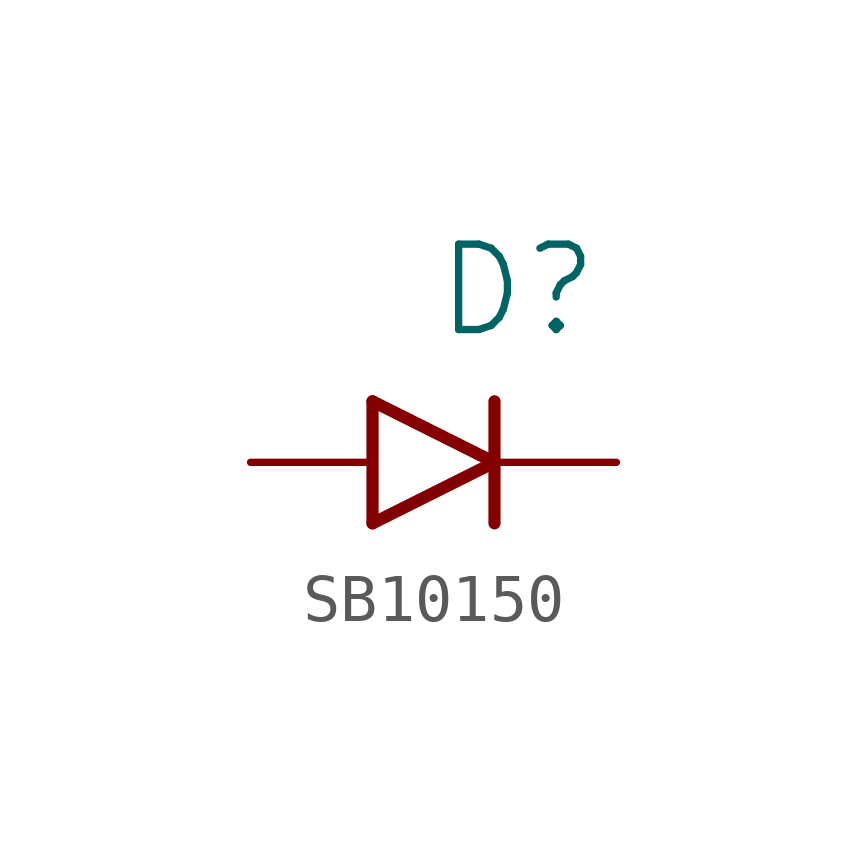
<source format=kicad_sym>
(kicad_symbol_lib
  (version 20220914)
  (generator kicad_symbol_editor)
  (symbol "SB10150"
    (pin_numbers hide)
    (property "Reference" "D"
      (at -1.27 2.54 0)
      (effects (font (size 1.778 1.778)) (justify left bottom)))
    (symbol "SB10150_1_0"
      (polyline (pts (xy -2.54 1.27) (xy -2.54 -1.27)) (stroke (width 0.254) (type solid)) (fill (type none)))
      (polyline (pts (xy -2.54 1.27) (xy 0 0)) (stroke (width 0.254) (type solid)) (fill (type none)))
      (polyline (pts (xy 0 0) (xy -2.54 -1.27)) (stroke (width 0.254) (type solid)) (fill (type none)))
      (polyline (pts (xy 0 0) (xy 0 -1.27)) (stroke (width 0.254) (type solid)) (fill (type none)))
      (polyline (pts (xy 0 1.27) (xy 0 0)) (stroke (width 0.254) (type solid)) (fill (type none)))
      (pin passive line (at -5.08 0 0) (length 2.54) (name "+" (effects (font (size 0 0)))) (number "1" (effects (font (size 0 0)))))
      (pin passive line (at 2.54 0 180) (length 2.54) (name "-" (effects (font (size 0 0)))) (number "2" (effects (font (size 0 0))))))))
</source>
